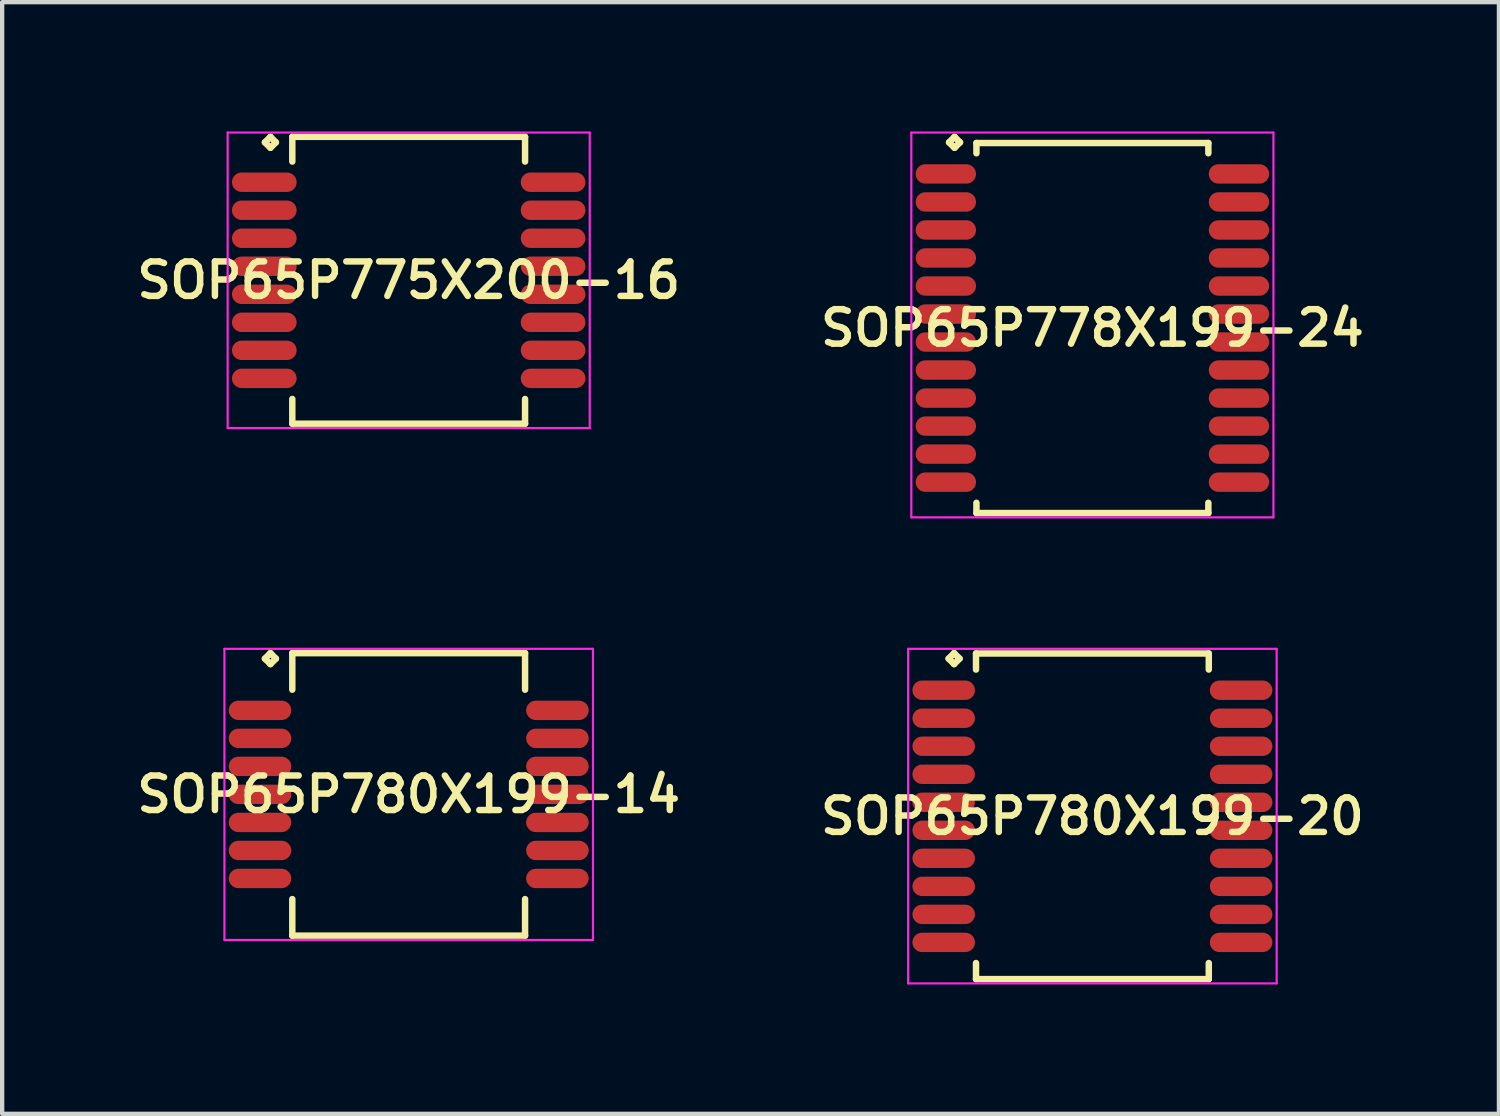
<source format=kicad_pcb>
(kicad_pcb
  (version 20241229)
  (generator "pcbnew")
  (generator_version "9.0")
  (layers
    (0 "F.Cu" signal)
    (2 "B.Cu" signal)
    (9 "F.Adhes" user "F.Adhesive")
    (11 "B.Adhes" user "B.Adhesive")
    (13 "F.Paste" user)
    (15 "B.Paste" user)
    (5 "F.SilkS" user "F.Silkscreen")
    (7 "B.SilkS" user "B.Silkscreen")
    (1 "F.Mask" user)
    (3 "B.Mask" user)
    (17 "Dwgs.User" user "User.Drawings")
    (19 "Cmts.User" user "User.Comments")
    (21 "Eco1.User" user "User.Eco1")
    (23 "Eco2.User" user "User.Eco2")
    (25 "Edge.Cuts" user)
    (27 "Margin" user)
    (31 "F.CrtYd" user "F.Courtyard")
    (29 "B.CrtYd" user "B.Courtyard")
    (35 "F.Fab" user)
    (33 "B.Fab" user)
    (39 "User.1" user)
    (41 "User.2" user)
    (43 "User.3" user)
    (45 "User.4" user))
  (footprint "SOP65P780X199-14"
    (layer "F.Cu")
    (at 6.431 15.379)
    (property "Reference" "SOP65P780X199-14" (at 0 0 0) (layer "F.SilkS") (effects (font (size 0.8 0.8) (thickness 0.15))))
    (attr smd)
    (fp_line (start -3.335 -3.15) (end -3.208 -3.277) (stroke (width 0.15) (type solid)) (layer "F.SilkS"))
    (fp_line (start -3.208 -3.277) (end -3.081 -3.15) (stroke (width 0.15) (type solid)) (layer "F.SilkS"))
    (fp_line (start -3.208 -3.023) (end -3.335 -3.15) (stroke (width 0.15) (type solid)) (layer "F.SilkS"))
    (fp_line (start -3.081 -3.15) (end -3.208 -3.023) (stroke (width 0.15) (type solid)) (layer "F.SilkS"))
    (fp_line (start -2.7 -3.277) (end 2.7 -3.277) (stroke (width 0.15) (type solid)) (layer "F.SilkS"))
    (fp_line (start -2.7 -2.429) (end -2.7 -3.277) (stroke (width 0.15) (type solid)) (layer "F.SilkS"))
    (fp_line (start -2.7 2.429) (end -2.7 3.277) (stroke (width 0.15) (type solid)) (layer "F.SilkS"))
    (fp_line (start -2.7 3.277) (end 2.7 3.277) (stroke (width 0.15) (type solid)) (layer "F.SilkS"))
    (fp_line (start 2.7 -3.277) (end 2.7 -2.429) (stroke (width 0.15) (type solid)) (layer "F.SilkS"))
    (fp_line (start 2.7 3.277) (end 2.7 2.429) (stroke (width 0.15) (type solid)) (layer "F.SilkS"))
    (fp_line (start -4.275 -3.377) (end 4.275 -3.377) (stroke (width 0.05) (type solid)) (layer "F.CrtYd"))
    (fp_line (start -4.275 3.377) (end -4.275 -3.377) (stroke (width 0.05) (type solid)) (layer "F.CrtYd"))
    (fp_line (start 4.275 -3.377) (end 4.275 3.377) (stroke (width 0.05) (type solid)) (layer "F.CrtYd"))
    (fp_line (start 4.275 3.377) (end -4.275 3.377) (stroke (width 0.05) (type solid)) (layer "F.CrtYd"))
    (pad "1" smd oval (at -3.45 -1.95) (size 1.45 0.45) (layers "F.Cu" "F.Mask" "F.Paste"))
    (pad "2" smd oval (at -3.45 -1.3) (size 1.45 0.45) (layers "F.Cu" "F.Mask" "F.Paste"))
    (pad "3" smd oval (at -3.45 -0.65) (size 1.45 0.45) (layers "F.Cu" "F.Mask" "F.Paste"))
    (pad "4" smd oval (at -3.45 0) (size 1.45 0.45) (layers "F.Cu" "F.Mask" "F.Paste"))
    (pad "5" smd oval (at -3.45 0.65) (size 1.45 0.45) (layers "F.Cu" "F.Mask" "F.Paste"))
    (pad "6" smd oval (at -3.45 1.3) (size 1.45 0.45) (layers "F.Cu" "F.Mask" "F.Paste"))
    (pad "7" smd oval (at -3.45 1.95) (size 1.45 0.45) (layers "F.Cu" "F.Mask" "F.Paste"))
    (pad "8" smd oval (at 3.45 1.95) (size 1.45 0.45) (layers "F.Cu" "F.Mask" "F.Paste"))
    (pad "9" smd oval (at 3.45 1.3) (size 1.45 0.45) (layers "F.Cu" "F.Mask" "F.Paste"))
    (pad "10" smd oval (at 3.45 0.65) (size 1.45 0.45) (layers "F.Cu" "F.Mask" "F.Paste"))
    (pad "11" smd oval (at 3.45 0) (size 1.45 0.45) (layers "F.Cu" "F.Mask" "F.Paste"))
    (pad "12" smd oval (at 3.45 -0.65) (size 1.45 0.45) (layers "F.Cu" "F.Mask" "F.Paste"))
    (pad "13" smd oval (at 3.45 -1.3) (size 1.45 0.45) (layers "F.Cu" "F.Mask" "F.Paste"))
    (pad "14" smd oval (at 3.45 -1.95) (size 1.45 0.45) (layers "F.Cu" "F.Mask" "F.Paste")))
  (footprint "SOP65P778X199-24"
    (layer "F.Cu")
    (at 22.292 4.56)
    (property "Reference" "SOP65P778X199-24" (at 0 0 0) (layer "F.SilkS") (effects (font (size 0.8 0.8) (thickness 0.15))))
    (attr smd)
    (fp_line (start -3.325 -4.308) (end -3.198 -4.435) (stroke (width 0.15) (type solid)) (layer "F.SilkS"))
    (fp_line (start -3.198 -4.435) (end -3.071 -4.308) (stroke (width 0.15) (type solid)) (layer "F.SilkS"))
    (fp_line (start -3.198 -4.181) (end -3.325 -4.308) (stroke (width 0.15) (type solid)) (layer "F.SilkS"))
    (fp_line (start -3.071 -4.308) (end -3.198 -4.181) (stroke (width 0.15) (type solid)) (layer "F.SilkS"))
    (fp_line (start -2.69 -4.292) (end 2.69 -4.292) (stroke (width 0.15) (type solid)) (layer "F.SilkS"))
    (fp_line (start -2.69 -4.054) (end -2.69 -4.292) (stroke (width 0.15) (type solid)) (layer "F.SilkS"))
    (fp_line (start -2.69 4.054) (end -2.69 4.292) (stroke (width 0.15) (type solid)) (layer "F.SilkS"))
    (fp_line (start -2.69 4.292) (end 2.69 4.292) (stroke (width 0.15) (type solid)) (layer "F.SilkS"))
    (fp_line (start 2.69 -4.292) (end 2.69 -4.054) (stroke (width 0.15) (type solid)) (layer "F.SilkS"))
    (fp_line (start 2.69 4.292) (end 2.69 4.054) (stroke (width 0.15) (type solid)) (layer "F.SilkS"))
    (fp_line (start -4.2 -4.535) (end 4.2 -4.535) (stroke (width 0.05) (type solid)) (layer "F.CrtYd"))
    (fp_line (start -4.2 4.392) (end -4.2 -4.535) (stroke (width 0.05) (type solid)) (layer "F.CrtYd"))
    (fp_line (start 4.2 -4.535) (end 4.2 4.392) (stroke (width 0.05) (type solid)) (layer "F.CrtYd"))
    (fp_line (start 4.2 4.392) (end -4.2 4.392) (stroke (width 0.05) (type solid)) (layer "F.CrtYd"))
    (pad "1" smd oval (at -3.4 -3.575) (size 1.4 0.45) (layers "F.Cu" "F.Mask" "F.Paste"))
    (pad "2" smd oval (at -3.4 -2.925) (size 1.4 0.45) (layers "F.Cu" "F.Mask" "F.Paste"))
    (pad "3" smd oval (at -3.4 -2.275) (size 1.4 0.45) (layers "F.Cu" "F.Mask" "F.Paste"))
    (pad "4" smd oval (at -3.4 -1.625) (size 1.4 0.45) (layers "F.Cu" "F.Mask" "F.Paste"))
    (pad "5" smd oval (at -3.4 -0.975) (size 1.4 0.45) (layers "F.Cu" "F.Mask" "F.Paste"))
    (pad "6" smd oval (at -3.4 -0.325) (size 1.4 0.45) (layers "F.Cu" "F.Mask" "F.Paste"))
    (pad "7" smd oval (at -3.4 0.325) (size 1.4 0.45) (layers "F.Cu" "F.Mask" "F.Paste"))
    (pad "8" smd oval (at -3.4 0.975) (size 1.4 0.45) (layers "F.Cu" "F.Mask" "F.Paste"))
    (pad "9" smd oval (at -3.4 1.625) (size 1.4 0.45) (layers "F.Cu" "F.Mask" "F.Paste"))
    (pad "10" smd oval (at -3.4 2.275) (size 1.4 0.45) (layers "F.Cu" "F.Mask" "F.Paste"))
    (pad "11" smd oval (at -3.4 2.925) (size 1.4 0.45) (layers "F.Cu" "F.Mask" "F.Paste"))
    (pad "12" smd oval (at -3.4 3.575) (size 1.4 0.45) (layers "F.Cu" "F.Mask" "F.Paste"))
    (pad "13" smd oval (at 3.4 3.575) (size 1.4 0.45) (layers "F.Cu" "F.Mask" "F.Paste"))
    (pad "14" smd oval (at 3.4 2.925) (size 1.4 0.45) (layers "F.Cu" "F.Mask" "F.Paste"))
    (pad "15" smd oval (at 3.4 2.275) (size 1.4 0.45) (layers "F.Cu" "F.Mask" "F.Paste"))
    (pad "16" smd oval (at 3.4 1.625) (size 1.4 0.45) (layers "F.Cu" "F.Mask" "F.Paste"))
    (pad "17" smd oval (at 3.4 0.975) (size 1.4 0.45) (layers "F.Cu" "F.Mask" "F.Paste"))
    (pad "18" smd oval (at 3.4 0.325) (size 1.4 0.45) (layers "F.Cu" "F.Mask" "F.Paste"))
    (pad "19" smd oval (at 3.4 -0.325) (size 1.4 0.45) (layers "F.Cu" "F.Mask" "F.Paste"))
    (pad "20" smd oval (at 3.4 -0.975) (size 1.4 0.45) (layers "F.Cu" "F.Mask" "F.Paste"))
    (pad "21" smd oval (at 3.4 -1.625) (size 1.4 0.45) (layers "F.Cu" "F.Mask" "F.Paste"))
    (pad "22" smd oval (at 3.4 -2.275) (size 1.4 0.45) (layers "F.Cu" "F.Mask" "F.Paste"))
    (pad "23" smd oval (at 3.4 -2.925) (size 1.4 0.45) (layers "F.Cu" "F.Mask" "F.Paste"))
    (pad "24" smd oval (at 3.4 -3.575) (size 1.4 0.45) (layers "F.Cu" "F.Mask" "F.Paste")))
  (footprint "SOP65P775X200-16"
    (layer "F.Cu")
    (at 6.431 3.452)
    (property "Reference" "SOP65P775X200-16" (at 0 0 0) (layer "F.SilkS") (effects (font (size 0.8 0.8) (thickness 0.15))))
    (attr smd)
    (fp_line (start -3.335 -3.2) (end -3.208 -3.327) (stroke (width 0.15) (type solid)) (layer "F.SilkS"))
    (fp_line (start -3.208 -3.327) (end -3.081 -3.2) (stroke (width 0.15) (type solid)) (layer "F.SilkS"))
    (fp_line (start -3.208 -3.073) (end -3.335 -3.2) (stroke (width 0.15) (type solid)) (layer "F.SilkS"))
    (fp_line (start -3.081 -3.2) (end -3.208 -3.073) (stroke (width 0.15) (type solid)) (layer "F.SilkS"))
    (fp_line (start -2.7 -3.327) (end 2.7 -3.327) (stroke (width 0.15) (type solid)) (layer "F.SilkS"))
    (fp_line (start -2.7 -2.754) (end -2.7 -3.327) (stroke (width 0.15) (type solid)) (layer "F.SilkS"))
    (fp_line (start -2.7 2.754) (end -2.7 3.327) (stroke (width 0.15) (type solid)) (layer "F.SilkS"))
    (fp_line (start -2.7 3.327) (end 2.7 3.327) (stroke (width 0.15) (type solid)) (layer "F.SilkS"))
    (fp_line (start 2.7 -3.327) (end 2.7 -2.754) (stroke (width 0.15) (type solid)) (layer "F.SilkS"))
    (fp_line (start 2.7 3.327) (end 2.7 2.754) (stroke (width 0.15) (type solid)) (layer "F.SilkS"))
    (fp_line (start -4.2 -3.427) (end 4.2 -3.427) (stroke (width 0.05) (type solid)) (layer "F.CrtYd"))
    (fp_line (start -4.2 3.427) (end -4.2 -3.427) (stroke (width 0.05) (type solid)) (layer "F.CrtYd"))
    (fp_line (start 4.2 -3.427) (end 4.2 3.427) (stroke (width 0.05) (type solid)) (layer "F.CrtYd"))
    (fp_line (start 4.2 3.427) (end -4.2 3.427) (stroke (width 0.05) (type solid)) (layer "F.CrtYd"))
    (pad "1" smd oval (at -3.35 -2.275) (size 1.5 0.45) (layers "F.Cu" "F.Mask" "F.Paste"))
    (pad "2" smd oval (at -3.35 -1.625) (size 1.5 0.45) (layers "F.Cu" "F.Mask" "F.Paste"))
    (pad "3" smd oval (at -3.35 -0.975) (size 1.5 0.45) (layers "F.Cu" "F.Mask" "F.Paste"))
    (pad "4" smd oval (at -3.35 -0.325) (size 1.5 0.45) (layers "F.Cu" "F.Mask" "F.Paste"))
    (pad "5" smd oval (at -3.35 0.325) (size 1.5 0.45) (layers "F.Cu" "F.Mask" "F.Paste"))
    (pad "6" smd oval (at -3.35 0.975) (size 1.5 0.45) (layers "F.Cu" "F.Mask" "F.Paste"))
    (pad "7" smd oval (at -3.35 1.625) (size 1.5 0.45) (layers "F.Cu" "F.Mask" "F.Paste"))
    (pad "8" smd oval (at -3.35 2.275) (size 1.5 0.45) (layers "F.Cu" "F.Mask" "F.Paste"))
    (pad "9" smd oval (at 3.35 2.275) (size 1.5 0.45) (layers "F.Cu" "F.Mask" "F.Paste"))
    (pad "10" smd oval (at 3.35 1.625) (size 1.5 0.45) (layers "F.Cu" "F.Mask" "F.Paste"))
    (pad "11" smd oval (at 3.35 0.975) (size 1.5 0.45) (layers "F.Cu" "F.Mask" "F.Paste"))
    (pad "12" smd oval (at 3.35 0.325) (size 1.5 0.45) (layers "F.Cu" "F.Mask" "F.Paste"))
    (pad "13" smd oval (at 3.35 -0.325) (size 1.5 0.45) (layers "F.Cu" "F.Mask" "F.Paste"))
    (pad "14" smd oval (at 3.35 -0.975) (size 1.5 0.45) (layers "F.Cu" "F.Mask" "F.Paste"))
    (pad "15" smd oval (at 3.35 -1.625) (size 1.5 0.45) (layers "F.Cu" "F.Mask" "F.Paste"))
    (pad "16" smd oval (at 3.35 -2.275) (size 1.5 0.45) (layers "F.Cu" "F.Mask" "F.Paste")))
  (footprint "SOP65P780X199-20"
    (layer "F.Cu")
    (at 22.292 15.887)
    (property "Reference" "SOP65P780X199-20" (at 0 0 0) (layer "F.SilkS") (effects (font (size 0.8 0.8) (thickness 0.15))))
    (attr smd)
    (fp_line (start -3.335 -3.658) (end -3.208 -3.785) (stroke (width 0.15) (type solid)) (layer "F.SilkS"))
    (fp_line (start -3.208 -3.785) (end -3.081 -3.658) (stroke (width 0.15) (type solid)) (layer "F.SilkS"))
    (fp_line (start -3.208 -3.531) (end -3.335 -3.658) (stroke (width 0.15) (type solid)) (layer "F.SilkS"))
    (fp_line (start -3.081 -3.658) (end -3.208 -3.531) (stroke (width 0.15) (type solid)) (layer "F.SilkS"))
    (fp_line (start -2.7 -3.777) (end 2.7 -3.777) (stroke (width 0.15) (type solid)) (layer "F.SilkS"))
    (fp_line (start -2.7 -3.404) (end -2.7 -3.777) (stroke (width 0.15) (type solid)) (layer "F.SilkS"))
    (fp_line (start -2.7 3.404) (end -2.7 3.777) (stroke (width 0.15) (type solid)) (layer "F.SilkS"))
    (fp_line (start -2.7 3.777) (end 2.7 3.777) (stroke (width 0.15) (type solid)) (layer "F.SilkS"))
    (fp_line (start 2.7 -3.777) (end 2.7 -3.404) (stroke (width 0.15) (type solid)) (layer "F.SilkS"))
    (fp_line (start 2.7 3.777) (end 2.7 3.404) (stroke (width 0.15) (type solid)) (layer "F.SilkS"))
    (fp_line (start -4.275 -3.885) (end 4.275 -3.885) (stroke (width 0.05) (type solid)) (layer "F.CrtYd"))
    (fp_line (start -4.275 3.877) (end -4.275 -3.885) (stroke (width 0.05) (type solid)) (layer "F.CrtYd"))
    (fp_line (start 4.275 -3.885) (end 4.275 3.877) (stroke (width 0.05) (type solid)) (layer "F.CrtYd"))
    (fp_line (start 4.275 3.877) (end -4.275 3.877) (stroke (width 0.05) (type solid)) (layer "F.CrtYd"))
    (pad "1" smd oval (at -3.45 -2.925) (size 1.45 0.45) (layers "F.Cu" "F.Mask" "F.Paste"))
    (pad "2" smd oval (at -3.45 -2.275) (size 1.45 0.45) (layers "F.Cu" "F.Mask" "F.Paste"))
    (pad "3" smd oval (at -3.45 -1.625) (size 1.45 0.45) (layers "F.Cu" "F.Mask" "F.Paste"))
    (pad "4" smd oval (at -3.45 -0.975) (size 1.45 0.45) (layers "F.Cu" "F.Mask" "F.Paste"))
    (pad "5" smd oval (at -3.45 -0.325) (size 1.45 0.45) (layers "F.Cu" "F.Mask" "F.Paste"))
    (pad "6" smd oval (at -3.45 0.325) (size 1.45 0.45) (layers "F.Cu" "F.Mask" "F.Paste"))
    (pad "7" smd oval (at -3.45 0.975) (size 1.45 0.45) (layers "F.Cu" "F.Mask" "F.Paste"))
    (pad "8" smd oval (at -3.45 1.625) (size 1.45 0.45) (layers "F.Cu" "F.Mask" "F.Paste"))
    (pad "9" smd oval (at -3.45 2.275) (size 1.45 0.45) (layers "F.Cu" "F.Mask" "F.Paste"))
    (pad "10" smd oval (at -3.45 2.925) (size 1.45 0.45) (layers "F.Cu" "F.Mask" "F.Paste"))
    (pad "11" smd oval (at 3.45 2.925) (size 1.45 0.45) (layers "F.Cu" "F.Mask" "F.Paste"))
    (pad "12" smd oval (at 3.45 2.275) (size 1.45 0.45) (layers "F.Cu" "F.Mask" "F.Paste"))
    (pad "13" smd oval (at 3.45 1.625) (size 1.45 0.45) (layers "F.Cu" "F.Mask" "F.Paste"))
    (pad "14" smd oval (at 3.45 0.975) (size 1.45 0.45) (layers "F.Cu" "F.Mask" "F.Paste"))
    (pad "15" smd oval (at 3.45 0.325) (size 1.45 0.45) (layers "F.Cu" "F.Mask" "F.Paste"))
    (pad "16" smd oval (at 3.45 -0.325) (size 1.45 0.45) (layers "F.Cu" "F.Mask" "F.Paste"))
    (pad "17" smd oval (at 3.45 -0.975) (size 1.45 0.45) (layers "F.Cu" "F.Mask" "F.Paste"))
    (pad "18" smd oval (at 3.45 -1.625) (size 1.45 0.45) (layers "F.Cu" "F.Mask" "F.Paste"))
    (pad "19" smd oval (at 3.45 -2.275) (size 1.45 0.45) (layers "F.Cu" "F.Mask" "F.Paste"))
    (pad "20" smd oval (at 3.45 -2.925) (size 1.45 0.45) (layers "F.Cu" "F.Mask" "F.Paste")))
  (gr_rect
    (start -3 -3)
    (end 31.723 22.789)
    (stroke (width 0.1) (type default))
    (fill no)
    (layer "Edge.Cuts")))
</source>
